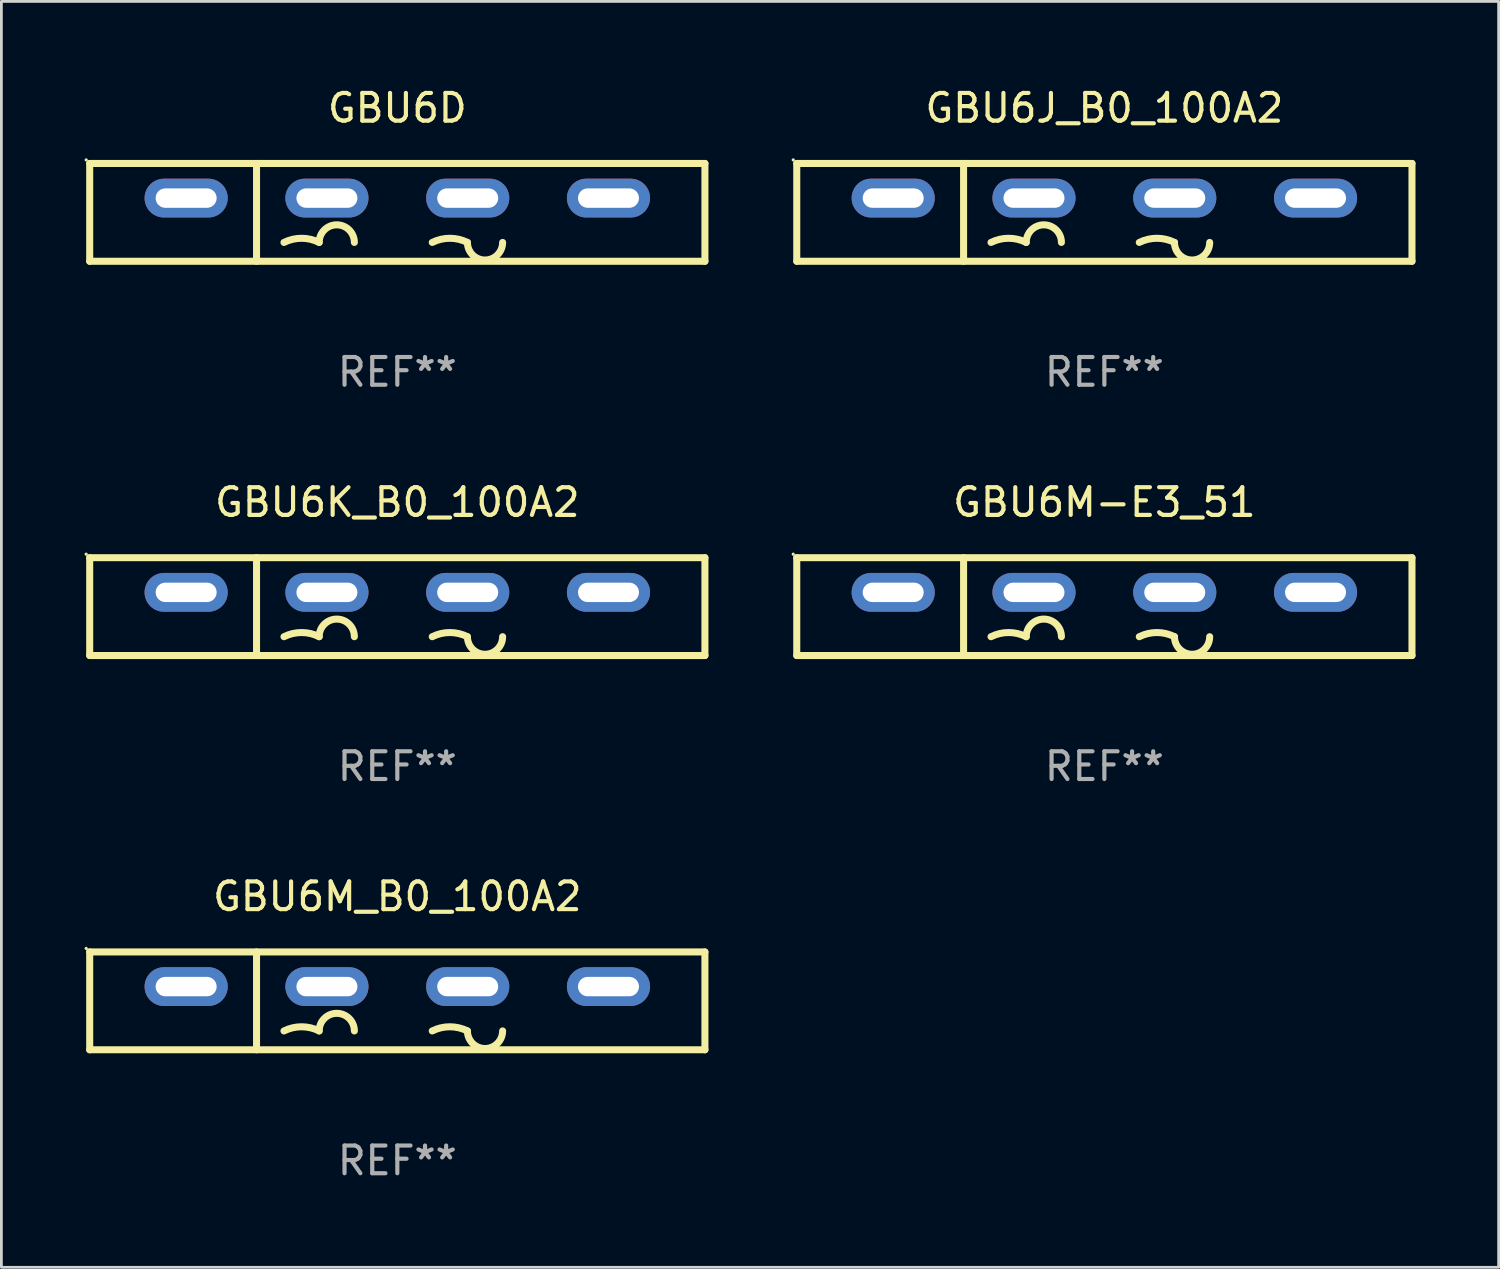
<source format=kicad_pcb>
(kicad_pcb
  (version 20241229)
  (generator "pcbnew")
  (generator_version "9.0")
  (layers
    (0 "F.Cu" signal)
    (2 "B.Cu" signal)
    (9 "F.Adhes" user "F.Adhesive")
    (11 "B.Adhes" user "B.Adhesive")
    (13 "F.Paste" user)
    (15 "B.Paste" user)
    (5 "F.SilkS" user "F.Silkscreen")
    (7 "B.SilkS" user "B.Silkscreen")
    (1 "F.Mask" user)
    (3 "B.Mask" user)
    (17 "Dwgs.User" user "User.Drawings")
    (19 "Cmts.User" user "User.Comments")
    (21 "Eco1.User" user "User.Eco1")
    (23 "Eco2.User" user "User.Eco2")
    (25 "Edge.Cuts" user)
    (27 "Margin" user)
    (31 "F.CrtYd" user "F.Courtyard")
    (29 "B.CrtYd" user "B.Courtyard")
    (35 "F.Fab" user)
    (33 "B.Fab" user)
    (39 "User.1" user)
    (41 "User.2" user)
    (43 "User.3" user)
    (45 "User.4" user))
  (footprint "GBU6M_B0_100A2"
    (layer "F.Cu")
    (at 11.287 33.066)
    (property "Reference" "GBU6M_B0_100A2" (at 0 -3.765 0) (layer "F.SilkS") (effects (font (size 1 1) (thickness 0.15))))
    (attr through_hole)
    (fp_line (start -11.1 -1.765) (end 11.1 -1.765) (stroke (width 0.254) (type solid)) (layer "F.SilkS"))
    (fp_line (start -11.1 1.765) (end -11.1 -1.765) (stroke (width 0.254) (type solid)) (layer "F.SilkS"))
    (fp_line (start -5.08 -1.765) (end -5.08 1.765) (stroke (width 0.254) (type solid)) (layer "F.SilkS"))
    (fp_line (start 11.1 -1.765) (end 11.1 1.765) (stroke (width 0.254) (type solid)) (layer "F.SilkS"))
    (fp_line (start 11.1 1.765) (end -11.1 1.765) (stroke (width 0.254) (type solid)) (layer "F.SilkS"))
    (fp_arc (start -4.089992 1.084963) (mid -3.454991 0.93506) (end -2.819989 1.084963) (stroke (width 0.254001) (type solid)) (layer "F.SilkS"))
    (fp_arc (start -2.819991 1.084963) (mid -2.184989 0.449961) (end -1.549987 1.084963) (stroke (width 0.254001) (type solid)) (layer "F.SilkS"))
    (fp_arc (start 1.259995 1.084963) (mid 1.894996 0.93506) (end 2.529998 1.084963) (stroke (width 0.254001) (type solid)) (layer "F.SilkS"))
    (fp_arc (start 3.8 1.084963) (mid 3.164999 1.719964) (end 2.529998 1.084963) (stroke (width 0.254001) (type solid)) (layer "F.SilkS"))
    (fp_circle (center -11.227 -1.892) (end -11.197 -1.892) (stroke (width 0.06) (type solid)) (fill no) (layer "F.SilkS"))
    (fp_text user "-" (at 8.65 3.335 0) (layer "B.Mask") (effects (font (size 1 1) (thickness 0.15))))
    (fp_text user "+" (at -7 3.085 0) (layer "B.Mask") (effects (font (size 1 1) (thickness 0.15))))
    (fp_text user "REF**" (at 0 5.765 0) (layer "F.Fab") (effects (font (size 1 1) (thickness 0.15))))
    (pad "1" thru_hole oval (at -7.62 -0.515 180) (size 3 1.4) (drill oval 2.2 0.7) (layers "*.Cu" "*.Mask"))
    (pad "2" thru_hole oval (at -2.54 -0.515 180) (size 3 1.4) (drill oval 2.2 0.7) (layers "*.Cu" "*.Mask"))
    (pad "3" thru_hole oval (at 2.54 -0.515 180) (size 3 1.4) (drill oval 2.2 0.7) (layers "*.Cu" "*.Mask"))
    (pad "4" thru_hole oval (at 7.62 -0.515 180) (size 3 1.4) (drill oval 2.2 0.7) (layers "*.Cu" "*.Mask")))
  (footprint "GBU6M-E3_51"
    (layer "F.Cu")
    (at 36.801 18.84)
    (property "Reference" "GBU6M-E3_51" (at 0 -3.765 0) (layer "F.SilkS") (effects (font (size 1 1) (thickness 0.15))))
    (attr through_hole)
    (fp_line (start -11.1 -1.765) (end 11.1 -1.765) (stroke (width 0.254) (type solid)) (layer "F.SilkS"))
    (fp_line (start -11.1 1.765) (end -11.1 -1.765) (stroke (width 0.254) (type solid)) (layer "F.SilkS"))
    (fp_line (start -5.08 -1.765) (end -5.08 1.765) (stroke (width 0.254) (type solid)) (layer "F.SilkS"))
    (fp_line (start 11.1 -1.765) (end 11.1 1.765) (stroke (width 0.254) (type solid)) (layer "F.SilkS"))
    (fp_line (start 11.1 1.765) (end -11.1 1.765) (stroke (width 0.254) (type solid)) (layer "F.SilkS"))
    (fp_arc (start -4.089992 1.084963) (mid -3.454991 0.93506) (end -2.819989 1.084963) (stroke (width 0.254001) (type solid)) (layer "F.SilkS"))
    (fp_arc (start -2.819991 1.084963) (mid -2.184989 0.449961) (end -1.549987 1.084963) (stroke (width 0.254001) (type solid)) (layer "F.SilkS"))
    (fp_arc (start 1.259995 1.084963) (mid 1.894996 0.93506) (end 2.529998 1.084963) (stroke (width 0.254001) (type solid)) (layer "F.SilkS"))
    (fp_arc (start 3.8 1.084963) (mid 3.164999 1.719964) (end 2.529998 1.084963) (stroke (width 0.254001) (type solid)) (layer "F.SilkS"))
    (fp_circle (center -11.227 -1.892) (end -11.197 -1.892) (stroke (width 0.06) (type solid)) (fill no) (layer "F.SilkS"))
    (fp_text user "-" (at 8.65 3.335 0) (layer "B.Mask") (effects (font (size 1 1) (thickness 0.15))))
    (fp_text user "+" (at -7 3.085 0) (layer "B.Mask") (effects (font (size 1 1) (thickness 0.15))))
    (fp_text user "REF**" (at 0 5.765 0) (layer "F.Fab") (effects (font (size 1 1) (thickness 0.15))))
    (pad "1" thru_hole oval (at -7.62 -0.515 180) (size 3 1.4) (drill oval 2.2 0.7) (layers "*.Cu" "*.Mask"))
    (pad "2" thru_hole oval (at -2.54 -0.515 180) (size 3 1.4) (drill oval 2.2 0.7) (layers "*.Cu" "*.Mask"))
    (pad "3" thru_hole oval (at 2.54 -0.515 180) (size 3 1.4) (drill oval 2.2 0.7) (layers "*.Cu" "*.Mask"))
    (pad "4" thru_hole oval (at 7.62 -0.515 180) (size 3 1.4) (drill oval 2.2 0.7) (layers "*.Cu" "*.Mask")))
  (footprint "GBU6D"
    (layer "F.Cu")
    (at 11.287 4.613)
    (property "Reference" "GBU6D" (at 0 -3.765 0) (layer "F.SilkS") (effects (font (size 1 1) (thickness 0.15))))
    (attr through_hole)
    (fp_line (start -11.1 -1.765) (end 11.1 -1.765) (stroke (width 0.254) (type solid)) (layer "F.SilkS"))
    (fp_line (start -11.1 1.765) (end -11.1 -1.765) (stroke (width 0.254) (type solid)) (layer "F.SilkS"))
    (fp_line (start -5.08 -1.765) (end -5.08 1.765) (stroke (width 0.254) (type solid)) (layer "F.SilkS"))
    (fp_line (start 11.1 -1.765) (end 11.1 1.765) (stroke (width 0.254) (type solid)) (layer "F.SilkS"))
    (fp_line (start 11.1 1.765) (end -11.1 1.765) (stroke (width 0.254) (type solid)) (layer "F.SilkS"))
    (fp_arc (start -4.089992 1.084963) (mid -3.454991 0.93506) (end -2.819989 1.084963) (stroke (width 0.254001) (type solid)) (layer "F.SilkS"))
    (fp_arc (start -2.819991 1.084963) (mid -2.184989 0.449961) (end -1.549987 1.084963) (stroke (width 0.254001) (type solid)) (layer "F.SilkS"))
    (fp_arc (start 1.259995 1.084963) (mid 1.894996 0.93506) (end 2.529998 1.084963) (stroke (width 0.254001) (type solid)) (layer "F.SilkS"))
    (fp_arc (start 3.8 1.084963) (mid 3.164999 1.719964) (end 2.529998 1.084963) (stroke (width 0.254001) (type solid)) (layer "F.SilkS"))
    (fp_circle (center -11.227 -1.892) (end -11.197 -1.892) (stroke (width 0.06) (type solid)) (fill no) (layer "F.SilkS"))
    (fp_text user "+" (at -7 3.085 0) (layer "B.Mask") (effects (font (size 1 1) (thickness 0.15))))
    (fp_text user "-" (at 8.65 3.335 0) (layer "B.Mask") (effects (font (size 1 1) (thickness 0.15))))
    (fp_text user "REF**" (at 0 5.765 0) (layer "F.Fab") (effects (font (size 1 1) (thickness 0.15))))
    (pad "1" thru_hole oval (at -7.62 -0.515 180) (size 3 1.4) (drill oval 2.2 0.7) (layers "*.Cu" "*.Mask"))
    (pad "2" thru_hole oval (at -2.54 -0.515 180) (size 3 1.4) (drill oval 2.2 0.7) (layers "*.Cu" "*.Mask"))
    (pad "3" thru_hole oval (at 2.54 -0.515 180) (size 3 1.4) (drill oval 2.2 0.7) (layers "*.Cu" "*.Mask"))
    (pad "4" thru_hole oval (at 7.62 -0.515 180) (size 3 1.4) (drill oval 2.2 0.7) (layers "*.Cu" "*.Mask")))
  (footprint "GBU6K_B0_100A2"
    (layer "F.Cu")
    (at 11.287 18.84)
    (property "Reference" "GBU6K_B0_100A2" (at 0 -3.765 0) (layer "F.SilkS") (effects (font (size 1 1) (thickness 0.15))))
    (attr through_hole)
    (fp_line (start -11.1 -1.765) (end 11.1 -1.765) (stroke (width 0.254) (type solid)) (layer "F.SilkS"))
    (fp_line (start -11.1 1.765) (end -11.1 -1.765) (stroke (width 0.254) (type solid)) (layer "F.SilkS"))
    (fp_line (start -5.08 -1.765) (end -5.08 1.765) (stroke (width 0.254) (type solid)) (layer "F.SilkS"))
    (fp_line (start 11.1 -1.765) (end 11.1 1.765) (stroke (width 0.254) (type solid)) (layer "F.SilkS"))
    (fp_line (start 11.1 1.765) (end -11.1 1.765) (stroke (width 0.254) (type solid)) (layer "F.SilkS"))
    (fp_arc (start -4.089992 1.084963) (mid -3.454991 0.93506) (end -2.819989 1.084963) (stroke (width 0.254001) (type solid)) (layer "F.SilkS"))
    (fp_arc (start -2.819991 1.084963) (mid -2.184989 0.449961) (end -1.549987 1.084963) (stroke (width 0.254001) (type solid)) (layer "F.SilkS"))
    (fp_arc (start 1.259995 1.084963) (mid 1.894996 0.93506) (end 2.529998 1.084963) (stroke (width 0.254001) (type solid)) (layer "F.SilkS"))
    (fp_arc (start 3.8 1.084963) (mid 3.164999 1.719964) (end 2.529998 1.084963) (stroke (width 0.254001) (type solid)) (layer "F.SilkS"))
    (fp_circle (center -11.227 -1.892) (end -11.197 -1.892) (stroke (width 0.06) (type solid)) (fill no) (layer "F.SilkS"))
    (fp_text user "+" (at -7 3.085 0) (layer "B.Mask") (effects (font (size 1 1) (thickness 0.15))))
    (fp_text user "-" (at 8.65 3.335 0) (layer "B.Mask") (effects (font (size 1 1) (thickness 0.15))))
    (fp_text user "REF**" (at 0 5.765 0) (layer "F.Fab") (effects (font (size 1 1) (thickness 0.15))))
    (pad "1" thru_hole oval (at -7.62 -0.515 180) (size 3 1.4) (drill oval 2.2 0.7) (layers "*.Cu" "*.Mask"))
    (pad "2" thru_hole oval (at -2.54 -0.515 180) (size 3 1.4) (drill oval 2.2 0.7) (layers "*.Cu" "*.Mask"))
    (pad "3" thru_hole oval (at 2.54 -0.515 180) (size 3 1.4) (drill oval 2.2 0.7) (layers "*.Cu" "*.Mask"))
    (pad "4" thru_hole oval (at 7.62 -0.515 180) (size 3 1.4) (drill oval 2.2 0.7) (layers "*.Cu" "*.Mask")))
  (footprint "GBU6J_B0_100A2"
    (layer "F.Cu")
    (at 36.801 4.613)
    (property "Reference" "GBU6J_B0_100A2" (at 0 -3.765 0) (layer "F.SilkS") (effects (font (size 1 1) (thickness 0.15))))
    (attr through_hole)
    (fp_line (start -11.1 -1.765) (end 11.1 -1.765) (stroke (width 0.254) (type solid)) (layer "F.SilkS"))
    (fp_line (start -11.1 1.765) (end -11.1 -1.765) (stroke (width 0.254) (type solid)) (layer "F.SilkS"))
    (fp_line (start -5.08 -1.765) (end -5.08 1.765) (stroke (width 0.254) (type solid)) (layer "F.SilkS"))
    (fp_line (start 11.1 -1.765) (end 11.1 1.765) (stroke (width 0.254) (type solid)) (layer "F.SilkS"))
    (fp_line (start 11.1 1.765) (end -11.1 1.765) (stroke (width 0.254) (type solid)) (layer "F.SilkS"))
    (fp_arc (start -4.089992 1.084963) (mid -3.454991 0.93506) (end -2.819989 1.084963) (stroke (width 0.254001) (type solid)) (layer "F.SilkS"))
    (fp_arc (start -2.819991 1.084963) (mid -2.184989 0.449961) (end -1.549987 1.084963) (stroke (width 0.254001) (type solid)) (layer "F.SilkS"))
    (fp_arc (start 1.259995 1.084963) (mid 1.894996 0.93506) (end 2.529998 1.084963) (stroke (width 0.254001) (type solid)) (layer "F.SilkS"))
    (fp_arc (start 3.8 1.084963) (mid 3.164999 1.719964) (end 2.529998 1.084963) (stroke (width 0.254001) (type solid)) (layer "F.SilkS"))
    (fp_circle (center -11.227 -1.892) (end -11.197 -1.892) (stroke (width 0.06) (type solid)) (fill no) (layer "F.SilkS"))
    (fp_text user "+" (at -7 3.085 0) (layer "B.Mask") (effects (font (size 1 1) (thickness 0.15))))
    (fp_text user "-" (at 8.65 3.335 0) (layer "B.Mask") (effects (font (size 1 1) (thickness 0.15))))
    (fp_text user "REF**" (at 0 5.765 0) (layer "F.Fab") (effects (font (size 1 1) (thickness 0.15))))
    (pad "1" thru_hole oval (at -7.62 -0.515 180) (size 3 1.4) (drill oval 2.2 0.7) (layers "*.Cu" "*.Mask"))
    (pad "2" thru_hole oval (at -2.54 -0.515 180) (size 3 1.4) (drill oval 2.2 0.7) (layers "*.Cu" "*.Mask"))
    (pad "3" thru_hole oval (at 2.54 -0.515 180) (size 3 1.4) (drill oval 2.2 0.7) (layers "*.Cu" "*.Mask"))
    (pad "4" thru_hole oval (at 7.62 -0.515 180) (size 3 1.4) (drill oval 2.2 0.7) (layers "*.Cu" "*.Mask")))
  (gr_rect
    (start -3 -3)
    (end 51.028 42.68)
    (stroke (width 0.1) (type default))
    (fill no)
    (layer "Edge.Cuts")))
</source>
